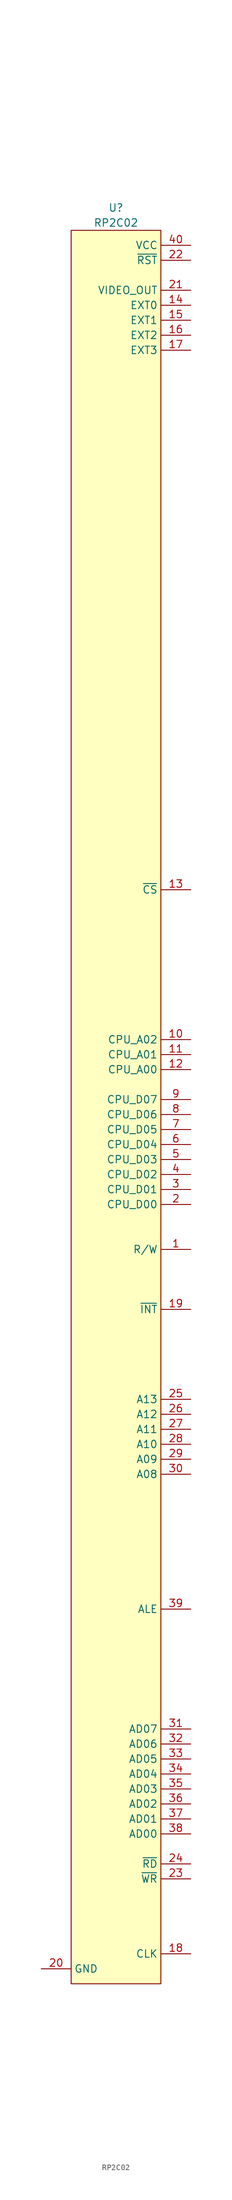
<source format=kicad_sym>
(kicad_symbol_lib
  (version 20220914)
  (generator kicad_symbol_editor)
  (symbol "RP2C02"
    (property "Reference" "U"
      (at 0 193.04 0)
      (effects (font (size 1.27 1.27))))
    (property "Value" "RP2C02"
      (at 0 190.5 0)
      (effects (font (size 1.27 1.27))))
    (symbol "RP2C02_0_1"
      (rectangle (start -7.62 189.23) (end 7.62 -107.95) (stroke (width 0) (type solid)) (fill (type background))))
    (symbol "RP2C02_1_1"
      (pin input line (at 12.7 16.51 180) (length 5.08) (name "R/W" (effects (font (size 1.27 1.27)))) (number "1" (effects (font (size 1.27 1.27)))))
      (pin input line (at 12.7 52.07 180) (length 5.08) (name "CPU_A02" (effects (font (size 1.27 1.27)))) (number "10" (effects (font (size 1.27 1.27)))))
      (pin input line (at 12.7 49.53 180) (length 5.08) (name "CPU_A01" (effects (font (size 1.27 1.27)))) (number "11" (effects (font (size 1.27 1.27)))))
      (pin input line (at 12.7 46.99 180) (length 5.08) (name "CPU_A00" (effects (font (size 1.27 1.27)))) (number "12" (effects (font (size 1.27 1.27)))))
      (pin input line (at 12.7 77.47 180) (length 5.08) (name "~{CS}" (effects (font (size 1.27 1.27)))) (number "13" (effects (font (size 1.27 1.27)))))
      (pin bidirectional line (at 12.7 176.53 180) (length 5.08) (name "EXT0" (effects (font (size 1.27 1.27)))) (number "14" (effects (font (size 1.27 1.27)))))
      (pin bidirectional line (at 12.7 173.99 180) (length 5.08) (name "EXT1" (effects (font (size 1.27 1.27)))) (number "15" (effects (font (size 1.27 1.27)))))
      (pin bidirectional line (at 12.7 171.45 180) (length 5.08) (name "EXT2" (effects (font (size 1.27 1.27)))) (number "16" (effects (font (size 1.27 1.27)))))
      (pin bidirectional line (at 12.7 168.91 180) (length 5.08) (name "EXT3" (effects (font (size 1.27 1.27)))) (number "17" (effects (font (size 1.27 1.27)))))
      (pin input line (at 12.7 -102.87 180) (length 5.08) (name "CLK" (effects (font (size 1.27 1.27)))) (number "18" (effects (font (size 1.27 1.27)))))
      (pin output line (at 12.7 6.35 180) (length 5.08) (name "~{INT}" (effects (font (size 1.27 1.27)))) (number "19" (effects (font (size 1.27 1.27)))))
      (pin bidirectional line (at 12.7 24.13 180) (length 5.08) (name "CPU_D00" (effects (font (size 1.27 1.27)))) (number "2" (effects (font (size 1.27 1.27)))))
      (pin passive line (at -12.7 -105.41 0) (length 5.08) (name "GND" (effects (font (size 1.27 1.27)))) (number "20" (effects (font (size 1.27 1.27)))))
      (pin output line (at 12.7 179.07 180) (length 5.08) (name "VIDEO_OUT" (effects (font (size 1.27 1.27)))) (number "21" (effects (font (size 1.27 1.27)))))
      (pin input line (at 12.7 184.15 180) (length 5.08) (name "~{RST}" (effects (font (size 1.27 1.27)))) (number "22" (effects (font (size 1.27 1.27)))))
      (pin output line (at 12.7 -90.17 180) (length 5.08) (name "~{WR}" (effects (font (size 1.27 1.27)))) (number "23" (effects (font (size 1.27 1.27)))))
      (pin input line (at 12.7 -87.63 180) (length 5.08) (name "~{RD}" (effects (font (size 1.27 1.27)))) (number "24" (effects (font (size 1.27 1.27)))))
      (pin output line (at 12.7 -8.89 180) (length 5.08) (name "A13" (effects (font (size 1.27 1.27)))) (number "25" (effects (font (size 1.27 1.27)))))
      (pin output line (at 12.7 -11.43 180) (length 5.08) (name "A12" (effects (font (size 1.27 1.27)))) (number "26" (effects (font (size 1.27 1.27)))))
      (pin output line (at 12.7 -13.97 180) (length 5.08) (name "A11" (effects (font (size 1.27 1.27)))) (number "27" (effects (font (size 1.27 1.27)))))
      (pin output line (at 12.7 -16.51 180) (length 5.08) (name "A10" (effects (font (size 1.27 1.27)))) (number "28" (effects (font (size 1.27 1.27)))))
      (pin output line (at 12.7 -19.05 180) (length 5.08) (name "A09" (effects (font (size 1.27 1.27)))) (number "29" (effects (font (size 1.27 1.27)))))
      (pin bidirectional line (at 12.7 26.67 180) (length 5.08) (name "CPU_D01" (effects (font (size 1.27 1.27)))) (number "3" (effects (font (size 1.27 1.27)))))
      (pin output line (at 12.7 -21.59 180) (length 5.08) (name "A08" (effects (font (size 1.27 1.27)))) (number "30" (effects (font (size 1.27 1.27)))))
      (pin bidirectional line (at 12.7 -64.77 180) (length 5.08) (name "AD07" (effects (font (size 1.27 1.27)))) (number "31" (effects (font (size 1.27 1.27)))))
      (pin bidirectional line (at 12.7 -67.31 180) (length 5.08) (name "AD06" (effects (font (size 1.27 1.27)))) (number "32" (effects (font (size 1.27 1.27)))))
      (pin bidirectional line (at 12.7 -69.85 180) (length 5.08) (name "AD05" (effects (font (size 1.27 1.27)))) (number "33" (effects (font (size 1.27 1.27)))))
      (pin bidirectional line (at 12.7 -72.39 180) (length 5.08) (name "AD04" (effects (font (size 1.27 1.27)))) (number "34" (effects (font (size 1.27 1.27)))))
      (pin bidirectional line (at 12.7 -74.93 180) (length 5.08) (name "AD03" (effects (font (size 1.27 1.27)))) (number "35" (effects (font (size 1.27 1.27)))))
      (pin bidirectional line (at 12.7 -77.47 180) (length 5.08) (name "AD02" (effects (font (size 1.27 1.27)))) (number "36" (effects (font (size 1.27 1.27)))))
      (pin bidirectional line (at 12.7 -80.01 180) (length 5.08) (name "AD01" (effects (font (size 1.27 1.27)))) (number "37" (effects (font (size 1.27 1.27)))))
      (pin bidirectional line (at 12.7 -82.55 180) (length 5.08) (name "AD00" (effects (font (size 1.27 1.27)))) (number "38" (effects (font (size 1.27 1.27)))))
      (pin output line (at 12.7 -44.45 180) (length 5.08) (name "ALE" (effects (font (size 1.27 1.27)))) (number "39" (effects (font (size 1.27 1.27)))))
      (pin bidirectional line (at 12.7 29.21 180) (length 5.08) (name "CPU_D02" (effects (font (size 1.27 1.27)))) (number "4" (effects (font (size 1.27 1.27)))))
      (pin passive line (at 12.7 186.69 180) (length 5.08) (name "VCC" (effects (font (size 1.27 1.27)))) (number "40" (effects (font (size 1.27 1.27)))))
      (pin bidirectional line (at 12.7 31.75 180) (length 5.08) (name "CPU_D03" (effects (font (size 1.27 1.27)))) (number "5" (effects (font (size 1.27 1.27)))))
      (pin bidirectional line (at 12.7 34.29 180) (length 5.08) (name "CPU_D04" (effects (font (size 1.27 1.27)))) (number "6" (effects (font (size 1.27 1.27)))))
      (pin bidirectional line (at 12.7 36.83 180) (length 5.08) (name "CPU_D05" (effects (font (size 1.27 1.27)))) (number "7" (effects (font (size 1.27 1.27)))))
      (pin bidirectional line (at 12.7 39.37 180) (length 5.08) (name "CPU_D06" (effects (font (size 1.27 1.27)))) (number "8" (effects (font (size 1.27 1.27)))))
      (pin bidirectional line (at 12.7 41.91 180) (length 5.08) (name "CPU_D07" (effects (font (size 1.27 1.27)))) (number "9" (effects (font (size 1.27 1.27))))))))
</source>
